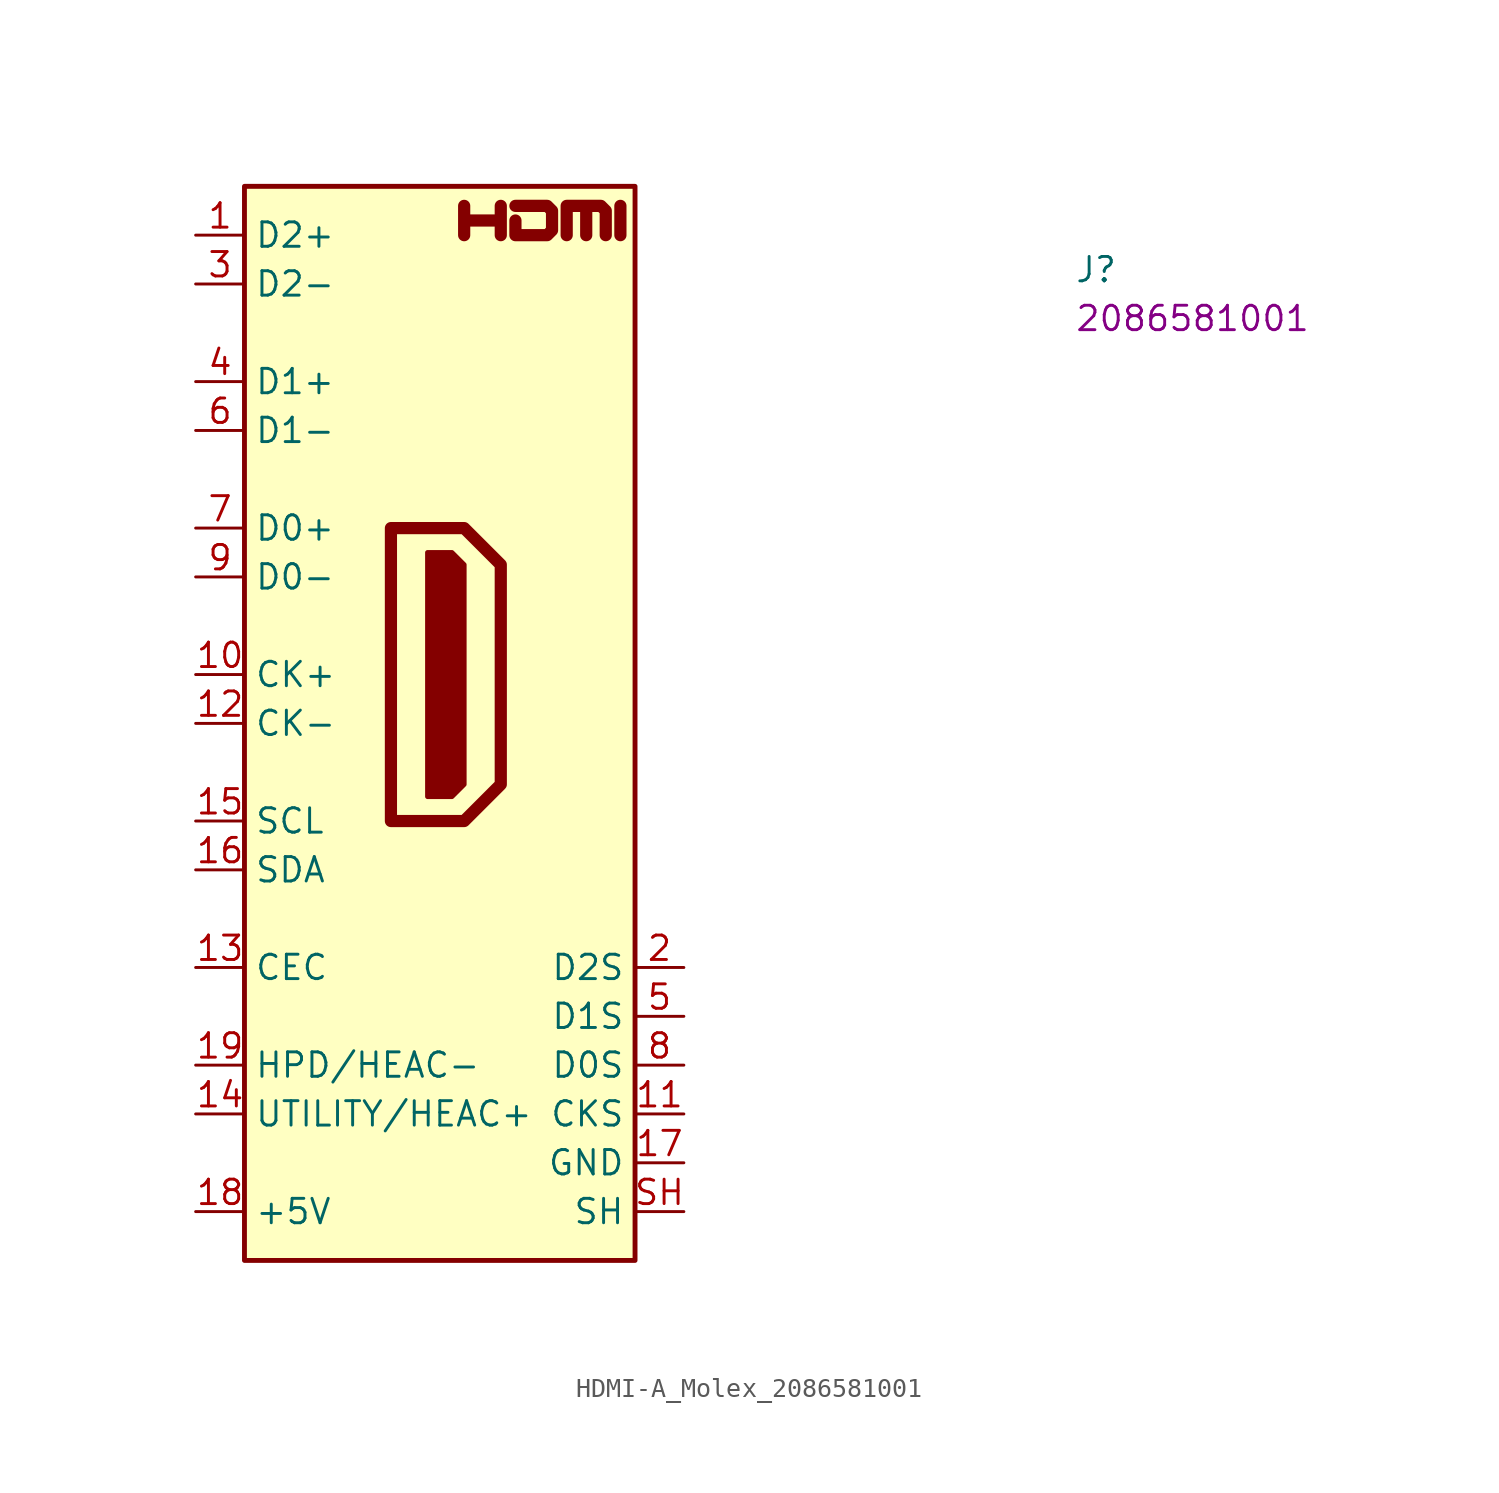
<source format=kicad_sym>
(kicad_symbol_lib
  (version 20220914)
  (generator kicad_symbol_editor)
  (symbol "HDMI-A_Molex_2086581001"
    (property "Reference" "J"
      (at 45.72 -2.54 0)
      (effects (font (size 1.27 1.27) (thickness 0.15)) (justify left bottom)))
    (property "MPN" "2086581001"
      (at 45.72 -5.08 0)
      (effects (font (size 1.27 1.27) (thickness 0.15)) (justify left bottom)))
    (symbol "HDMI-A_Molex_2086581001_0_0"
      (polyline (pts (xy 22.098 0) (xy 22.098 1.524)) (stroke (width 0.635) (type default)) (fill (type none)))
      (polyline (pts (xy 13.97 0) (xy 13.97 1.524) (xy 13.97 0.762) (xy 15.875 0.762) (xy 15.875 1.524) (xy 15.875 0)) (stroke (width 0.635) (type default)) (fill (type none)))
      (polyline (pts (xy 16.637 1.524) (xy 18.288 1.524) (xy 18.542 1.27) (xy 18.542 0.254) (xy 18.288 0) (xy 16.637 0) (xy 16.637 0.762)) (stroke (width 0.635) (type default)) (fill (type none))))
    (symbol "HDMI-A_Molex_2086581001_0_1"
      (polyline (pts (xy 10.16 -15.24) (xy 13.97 -15.24) (xy 15.875 -17.145) (xy 15.875 -28.575) (xy 13.97 -30.48) (xy 10.16 -30.48) (xy 10.16 -15.24)) (stroke (width 0.635) (type default)) (fill (type none)))
      (polyline (pts (xy 12.065 -16.51) (xy 13.335 -16.51) (xy 13.97 -17.145) (xy 13.97 -28.575) (xy 13.335 -29.21) (xy 12.065 -29.21) (xy 12.065 -16.51)) (stroke (width 0.254) (type default)) (fill (type outline)))
      (polyline (pts (xy 19.304 0) (xy 19.304 1.524) (xy 20.32 1.524) (xy 20.32 0) (xy 20.32 1.524) (xy 21.082 1.524) (xy 21.336 1.27) (xy 21.336 0)) (stroke (width 0.635) (type default)) (fill (type none))))
    (symbol "HDMI-A_Molex_2086581001_1_1"
      (rectangle (start 2.54 2.54) (end 22.86 -53.34) (stroke (width 0.254) (type default)) (fill (type background)))
      (pin bidirectional line (at 0 0 0) (length 2.54) (name "D2+" (effects (font (size 1.27 1.27)))) (number "1" (effects (font (size 1.27 1.27)))))
      (pin bidirectional line (at 0 -22.86 0) (length 2.54) (name "CK+" (effects (font (size 1.27 1.27)))) (number "10" (effects (font (size 1.27 1.27)))))
      (pin passive line (at 25.4 -45.72 180) (length 2.54) (name "CKS" (effects (font (size 1.27 1.27)))) (number "11" (effects (font (size 1.27 1.27)))))
      (pin bidirectional line (at 0 -25.4 0) (length 2.54) (name "CK-" (effects (font (size 1.27 1.27)))) (number "12" (effects (font (size 1.27 1.27)))))
      (pin bidirectional line (at 0 -38.1 0) (length 2.54) (name "CEC" (effects (font (size 1.27 1.27)))) (number "13" (effects (font (size 1.27 1.27)))))
      (pin bidirectional line (at 0 -45.72 0) (length 2.54) (name "UTILITY/HEAC+" (effects (font (size 1.27 1.27)))) (number "14" (effects (font (size 1.27 1.27)))) (alternate "HEAC+" passive line) (alternate "UTILITY" passive line))
      (pin bidirectional line (at 0 -30.48 0) (length 2.54) (name "SCL" (effects (font (size 1.27 1.27)))) (number "15" (effects (font (size 1.27 1.27)))))
      (pin bidirectional line (at 0 -33.02 0) (length 2.54) (name "SDA" (effects (font (size 1.27 1.27)))) (number "16" (effects (font (size 1.27 1.27)))))
      (pin power_in line (at 25.4 -48.26 180) (length 2.54) (name "GND" (effects (font (size 1.27 1.27)))) (number "17" (effects (font (size 1.27 1.27)))))
      (pin power_in line (at 0 -50.8 0) (length 2.54) (name "+5V" (effects (font (size 1.27 1.27)))) (number "18" (effects (font (size 1.27 1.27)))))
      (pin bidirectional line (at 0 -43.18 0) (length 2.54) (name "HPD/HEAC-" (effects (font (size 1.27 1.27)))) (number "19" (effects (font (size 1.27 1.27)))) (alternate "HEAC-" passive line) (alternate "HPD" passive line))
      (pin passive line (at 25.4 -38.1 180) (length 2.54) (name "D2S" (effects (font (size 1.27 1.27)))) (number "2" (effects (font (size 1.27 1.27)))))
      (pin bidirectional line (at 0 -2.54 0) (length 2.54) (name "D2-" (effects (font (size 1.27 1.27)))) (number "3" (effects (font (size 1.27 1.27)))))
      (pin bidirectional line (at 0 -7.62 0) (length 2.54) (name "D1+" (effects (font (size 1.27 1.27)))) (number "4" (effects (font (size 1.27 1.27)))))
      (pin passive line (at 25.4 -40.64 180) (length 2.54) (name "D1S" (effects (font (size 1.27 1.27)))) (number "5" (effects (font (size 1.27 1.27)))))
      (pin bidirectional line (at 0 -10.16 0) (length 2.54) (name "D1-" (effects (font (size 1.27 1.27)))) (number "6" (effects (font (size 1.27 1.27)))))
      (pin bidirectional line (at 0 -15.24 0) (length 2.54) (name "D0+" (effects (font (size 1.27 1.27)))) (number "7" (effects (font (size 1.27 1.27)))))
      (pin passive line (at 25.4 -43.18 180) (length 2.54) (name "D0S" (effects (font (size 1.27 1.27)))) (number "8" (effects (font (size 1.27 1.27)))))
      (pin bidirectional line (at 0 -17.78 0) (length 2.54) (name "D0-" (effects (font (size 1.27 1.27)))) (number "9" (effects (font (size 1.27 1.27)))))
      (pin passive line (at 25.4 -50.8 180) (length 2.54) (name "SH" (effects (font (size 1.27 1.27)))) (number "SH" (effects (font (size 1.27 1.27))))))))
</source>
